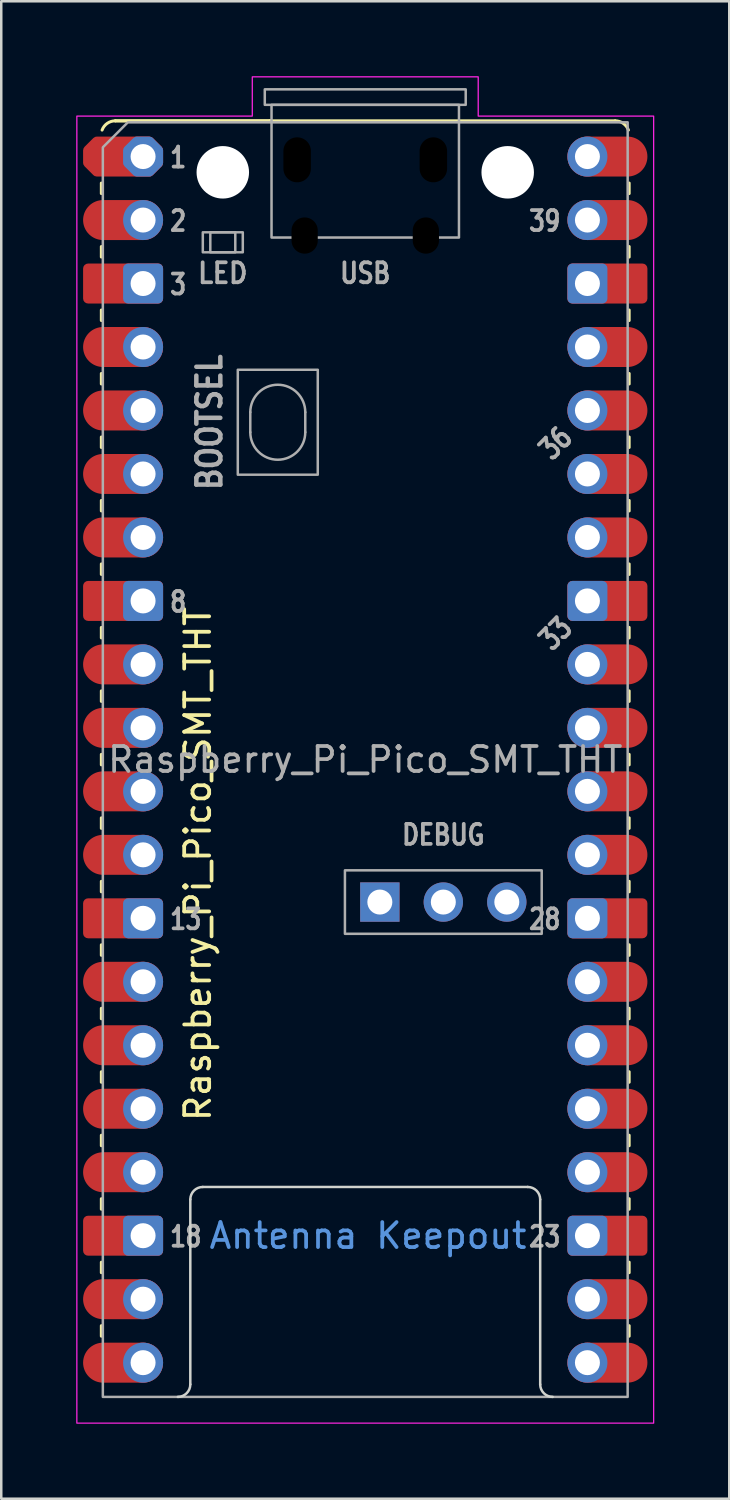
<source format=kicad_pcb>
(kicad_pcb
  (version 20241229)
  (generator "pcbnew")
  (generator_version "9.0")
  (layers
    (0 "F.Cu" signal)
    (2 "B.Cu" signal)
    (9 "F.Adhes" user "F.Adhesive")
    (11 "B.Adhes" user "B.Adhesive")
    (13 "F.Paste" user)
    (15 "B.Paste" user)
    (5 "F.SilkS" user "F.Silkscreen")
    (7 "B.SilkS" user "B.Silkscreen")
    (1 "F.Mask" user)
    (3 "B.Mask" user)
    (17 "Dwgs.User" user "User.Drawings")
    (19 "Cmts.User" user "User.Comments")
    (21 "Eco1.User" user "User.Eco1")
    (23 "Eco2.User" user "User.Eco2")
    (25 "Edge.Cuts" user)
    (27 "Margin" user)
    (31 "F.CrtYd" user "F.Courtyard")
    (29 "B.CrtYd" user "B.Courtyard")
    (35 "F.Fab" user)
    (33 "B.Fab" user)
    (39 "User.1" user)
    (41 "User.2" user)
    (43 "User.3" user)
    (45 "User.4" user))
  (footprint "Raspberry_Pi_Pico_SMT_THT"
    (layer "F.Cu")
    (at 2.675 3.215)
    (property "Reference" "Raspberry_Pi_Pico_SMT_THT" (at 2.19 28.3 270) (layer "F.SilkS") (effects (font (size 1 1) (thickness 0.15))))
    (attr through_hole)
    (fp_line (start -1.67 1.06) (end -1.67 1.48) (stroke (width 0.12) (type solid)) (layer "F.SilkS"))
    (fp_line (start -1.67 3.6) (end -1.67 4.02) (stroke (width 0.12) (type solid)) (layer "F.SilkS"))
    (fp_line (start -1.67 6.14) (end -1.67 6.56) (stroke (width 0.12) (type solid)) (layer "F.SilkS"))
    (fp_line (start -1.67 8.68) (end -1.67 9.1) (stroke (width 0.12) (type solid)) (layer "F.SilkS"))
    (fp_line (start -1.67 11.22) (end -1.67 11.64) (stroke (width 0.12) (type solid)) (layer "F.SilkS"))
    (fp_line (start -1.67 13.76) (end -1.67 14.18) (stroke (width 0.12) (type solid)) (layer "F.SilkS"))
    (fp_line (start -1.67 16.3) (end -1.67 16.72) (stroke (width 0.12) (type solid)) (layer "F.SilkS"))
    (fp_line (start -1.67 18.84) (end -1.67 19.26) (stroke (width 0.12) (type solid)) (layer "F.SilkS"))
    (fp_line (start -1.67 21.38) (end -1.67 21.8) (stroke (width 0.12) (type solid)) (layer "F.SilkS"))
    (fp_line (start -1.67 23.92) (end -1.67 24.34) (stroke (width 0.12) (type solid)) (layer "F.SilkS"))
    (fp_line (start -1.67 26.46) (end -1.67 26.88) (stroke (width 0.12) (type solid)) (layer "F.SilkS"))
    (fp_line (start -1.67 29) (end -1.67 29.42) (stroke (width 0.12) (type solid)) (layer "F.SilkS"))
    (fp_line (start -1.67 31.54) (end -1.67 31.96) (stroke (width 0.12) (type solid)) (layer "F.SilkS"))
    (fp_line (start -1.67 34.08) (end -1.67 34.5) (stroke (width 0.12) (type solid)) (layer "F.SilkS"))
    (fp_line (start -1.67 36.62) (end -1.67 37.04) (stroke (width 0.12) (type solid)) (layer "F.SilkS"))
    (fp_line (start -1.67 39.16) (end -1.67 39.58) (stroke (width 0.12) (type solid)) (layer "F.SilkS"))
    (fp_line (start -1.67 41.7) (end -1.67 42.12) (stroke (width 0.12) (type solid)) (layer "F.SilkS"))
    (fp_line (start -1.67 44.24) (end -1.67 44.66) (stroke (width 0.12) (type solid)) (layer "F.SilkS"))
    (fp_line (start -1.67 46.78) (end -1.67 47.2) (stroke (width 0.12) (type solid)) (layer "F.SilkS"))
    (fp_line (start -1.11 -1.43) (end 5.08 -1.43) (stroke (width 0.12) (type solid)) (layer "F.SilkS"))
    (fp_line (start 5.08 -1.43) (end -1.11 -1.43) (stroke (width 0.12) (type solid)) (layer "F.SilkS"))
    (fp_line (start 18.89 -1.43) (end 5.08 -1.43) (stroke (width 0.12) (type solid)) (layer "F.SilkS"))
    (fp_line (start 19.45 1.06) (end 19.45 1.48) (stroke (width 0.12) (type solid)) (layer "F.SilkS"))
    (fp_line (start 19.45 3.6) (end 19.45 4.02) (stroke (width 0.12) (type solid)) (layer "F.SilkS"))
    (fp_line (start 19.45 6.14) (end 19.45 6.56) (stroke (width 0.12) (type solid)) (layer "F.SilkS"))
    (fp_line (start 19.45 8.68) (end 19.45 9.1) (stroke (width 0.12) (type solid)) (layer "F.SilkS"))
    (fp_line (start 19.45 11.22) (end 19.45 11.64) (stroke (width 0.12) (type solid)) (layer "F.SilkS"))
    (fp_line (start 19.45 13.76) (end 19.45 14.18) (stroke (width 0.12) (type solid)) (layer "F.SilkS"))
    (fp_line (start 19.45 16.3) (end 19.45 16.72) (stroke (width 0.12) (type solid)) (layer "F.SilkS"))
    (fp_line (start 19.45 18.84) (end 19.45 19.26) (stroke (width 0.12) (type solid)) (layer "F.SilkS"))
    (fp_line (start 19.45 21.38) (end 19.45 21.8) (stroke (width 0.12) (type solid)) (layer "F.SilkS"))
    (fp_line (start 19.45 23.92) (end 19.45 24.34) (stroke (width 0.12) (type solid)) (layer "F.SilkS"))
    (fp_line (start 19.45 26.46) (end 19.45 26.88) (stroke (width 0.12) (type solid)) (layer "F.SilkS"))
    (fp_line (start 19.45 29) (end 19.45 29.42) (stroke (width 0.12) (type solid)) (layer "F.SilkS"))
    (fp_line (start 19.45 31.54) (end 19.45 31.96) (stroke (width 0.12) (type solid)) (layer "F.SilkS"))
    (fp_line (start 19.45 34.08) (end 19.45 34.5) (stroke (width 0.12) (type solid)) (layer "F.SilkS"))
    (fp_line (start 19.45 36.62) (end 19.45 37.04) (stroke (width 0.12) (type solid)) (layer "F.SilkS"))
    (fp_line (start 19.45 39.16) (end 19.45 39.58) (stroke (width 0.12) (type solid)) (layer "F.SilkS"))
    (fp_line (start 19.45 41.7) (end 19.45 42.12) (stroke (width 0.12) (type solid)) (layer "F.SilkS"))
    (fp_line (start 19.45 44.24) (end 19.45 44.66) (stroke (width 0.12) (type solid)) (layer "F.SilkS"))
    (fp_line (start 19.45 46.78) (end 19.45 47.2) (stroke (width 0.12) (type solid)) (layer "F.SilkS"))
    (fp_arc (start -1.64 -1.06) (mid -1.433508 -1.328808) (end -1.11 -1.43) (stroke (width 0.12) (type solid)) (layer "F.SilkS"))
    (fp_arc (start 18.89 -1.43) (mid 19.213508 -1.328809) (end 19.42 -1.06) (stroke (width 0.12) (type solid)) (layer "F.SilkS"))
    (fp_line (start 1.89 49.13) (end 1.89 41.73) (stroke (width 0.1) (type solid)) (layer "Edge.Cuts"))
    (fp_line (start 2.39 41.23) (end 15.39 41.23) (stroke (width 0.1) (type solid)) (layer "Edge.Cuts"))
    (fp_line (start 15.89 41.73) (end 15.89 49.13) (stroke (width 0.1) (type solid)) (layer "Edge.Cuts"))
    (fp_arc (start 1.89 41.73) (mid 2.036447 41.376447) (end 2.39 41.23) (stroke (width 0.1) (type solid)) (layer "Edge.Cuts"))
    (fp_arc (start 1.89 49.13) (mid 1.743553 49.483553) (end 1.39 49.63) (stroke (width 0.1) (type solid)) (layer "Edge.Cuts"))
    (fp_arc (start 15.39 41.23) (mid 15.743553 41.376447) (end 15.89 41.73) (stroke (width 0.1) (type solid)) (layer "Edge.Cuts"))
    (fp_arc (start 16.39 49.63) (mid 16.036447 49.483553) (end 15.89 49.13) (stroke (width 0.1) (type solid)) (layer "Edge.Cuts"))
    (fp_poly (pts (xy 13.41 -1.62) (xy 20.43 -1.62) (xy 20.43 50.68) (xy -2.65 50.68) (xy -2.65 -1.62) (xy 4.37 -1.62) (xy 4.37 -3.19) (xy 13.41 -3.19)) (stroke (width 0.05) (type solid)) (fill no) (layer "F.CrtYd"))
    (fp_line (start 4.29 10.23) (end 4.29 11.03) (stroke (width 0.1) (type solid)) (layer "F.Fab"))
    (fp_line (start 6.49 10.23) (end 6.49 11.03) (stroke (width 0.1) (type solid)) (layer "F.Fab"))
    (fp_rect (start 2.39 3.03) (end 3.99 3.83) (stroke (width 0.1) (type solid)) (fill no) (layer "F.Fab"))
    (fp_rect (start 2.69 3.03) (end 3.69 3.83) (stroke (width 0.1) (type solid)) (fill no) (layer "F.Fab"))
    (fp_rect (start 3.79 8.53) (end 6.99 12.73) (stroke (width 0.1) (type solid)) (fill no) (layer "F.Fab"))
    (fp_rect (start 4.87 -2.69) (end 12.91 -2.07) (stroke (width 0.1) (type solid)) (fill no) (layer "F.Fab"))
    (fp_rect (start 5.14 -2.07) (end 12.64 3.24) (stroke (width 0.1) (type solid)) (fill no) (layer "F.Fab"))
    (fp_rect (start 8.077 28.56) (end 15.951 31.1) (stroke (width 0.1) (type solid)) (fill no) (layer "F.Fab"))
    (fp_arc (start 4.29 10.23) (mid 5.39 9.13) (end 6.49 10.23) (stroke (width 0.1) (type solid)) (layer "F.Fab"))
    (fp_arc (start 6.49 11.03) (mid 5.39 12.13) (end 4.29 11.03) (stroke (width 0.1) (type solid)) (layer "F.Fab"))
    (fp_poly (pts (xy 19.39 49.63) (xy -1.61 49.63) (xy -1.61 -0.37) (xy -0.61 -1.37) (xy 19.39 -1.37)) (stroke (width 0.1) (type solid)) (fill no) (layer "F.Fab"))
    (fp_text user "Antenna Keepout" (at 9 43.18 0) (unlocked yes) (layer "Cmts.User") (effects (font (size 1 1) (thickness 0.15))))
    (fp_text user "39" (at 16.78 2.578 0) (unlocked yes) (layer "F.Fab") (effects (font (size 0.8 0.64) (thickness 0.15)) (justify right)))
    (fp_text user "2" (at 1 2.578 0) (unlocked yes) (layer "F.Fab") (effects (font (size 0.8 0.64) (thickness 0.15)) (justify left)))
    (fp_text user "28" (at 16.78 30.518 0) (unlocked yes) (layer "F.Fab") (effects (font (size 0.8 0.64) (thickness 0.15)) (justify right)))
    (fp_text user "${REFERENCE}" (at 8.89 24.13 0) (unlocked yes) (layer "F.Fab") (effects (font (size 1 1) (thickness 0.15))))
    (fp_text user "LED" (at 3.19 4.668 0) (unlocked yes) (layer "F.Fab") (effects (font (size 0.8 0.72) (thickness 0.15))))
    (fp_text user "8" (at 1 17.818 0) (unlocked yes) (layer "F.Fab") (effects (font (size 0.8 0.64) (thickness 0.15)) (justify left)))
    (fp_text user "USB" (at 8.89 4.668 0) (unlocked yes) (layer "F.Fab") (effects (font (size 0.8 0.66) (thickness 0.15))))
    (fp_text user "BOOTSEL" (at 2.656 10.63 90) (unlocked yes) (layer "F.Fab") (effects (font (size 0.96 0.825) (thickness 0.18))))
    (fp_text user "3" (at 1 5.118 0) (unlocked yes) (layer "F.Fab") (effects (font (size 0.8 0.64) (thickness 0.15)) (justify left)))
    (fp_text user "18" (at 1 43.218 0) (unlocked yes) (layer "F.Fab") (effects (font (size 0.8 0.64) (thickness 0.15)) (justify left)))
    (fp_text user "23" (at 16.78 43.218 0) (unlocked yes) (layer "F.Fab") (effects (font (size 0.8 0.64) (thickness 0.15)) (justify right)))
    (fp_text user "1" (at 1 0.038 0) (unlocked yes) (layer "F.Fab") (effects (font (size 0.8 0.64) (thickness 0.15)) (justify left)))
    (fp_text user "DEBUG" (at 12.014 27.138 0) (unlocked yes) (layer "F.Fab") (effects (font (size 0.8 0.66) (thickness 0.15))))
    (fp_text user "36" (at 16.51 11.468 45) (unlocked yes) (layer "F.Fab") (effects (font (size 0.8 0.64) (thickness 0.15))))
    (fp_text user "13" (at 1 30.518 0) (unlocked yes) (layer "F.Fab") (effects (font (size 0.8 0.64) (thickness 0.15)) (justify left)))
    (fp_text user "33" (at 16.51 19.088 45) (unlocked yes) (layer "F.Fab") (effects (font (size 0.8 0.64) (thickness 0.15))))
    (pad "" np_thru_hole circle (at 3.19 0.63) (size 2.1 2.1) (drill 2.1) (layers "*.Cu" "*.Mask"))
    (pad "" np_thru_hole oval (at 6.165 0.13) (size 1.1 1.8) (drill oval 1.1 1.8) (layers "*.Mask"))
    (pad "" np_thru_hole oval (at 6.465 3.16) (size 1.05 1.45) (drill oval 1.05 1.45) (layers "*.Mask"))
    (pad "" np_thru_hole oval (at 11.315 3.16) (size 1.05 1.45) (drill oval 1.05 1.45) (layers "*.Mask"))
    (pad "" np_thru_hole oval (at 11.615 0.13) (size 1.1 1.8) (drill oval 1.1 1.8) (layers "*.Mask"))
    (pad "" np_thru_hole circle (at 14.59 0.63) (size 2.1 2.1) (drill 2.1) (layers "*.Cu" "*.Mask"))
    (pad "1" smd custom (at -1.6 0) (size 1.6 1.6) (layers "F.Cu" "F.Mask") (options (anchor circle)) (primitives (gr_poly (pts (xy 2.2 0.249) (xy 1.849 0.6) (xy -0.249 0.6) (xy -0.6 0.249) (xy -0.6 -0.249) (xy -0.249 -0.6) (xy 1.849 -0.6) (xy 2.2 -0.249)) (width 0.4) (fill yes))))
    (pad "1" thru_hole custom (at 0 0) (size 1.6 1.6) (drill 1) (layers "*.Cu" "*.Mask") (options (anchor circle)) (primitives (gr_poly (pts (xy 0.6 0.249) (xy 0.249 0.6) (xy -0.249 0.6) (xy -0.6 0.249) (xy -0.6 -0.249) (xy -0.249 -0.6) (xy 0.249 -0.6) (xy 0.6 -0.249)) (width 0.4) (fill yes))))
    (pad "2" smd oval (at -1.6 2.54) (size 3.2 1.6) (drill (offset 0.8 0)) (layers "F.Cu" "F.Mask"))
    (pad "2" thru_hole circle (at 0 2.54) (size 1.6 1.6) (drill 1) (layers "*.Cu" "*.Mask"))
    (pad "3" smd roundrect (at -1.6 5.08) (size 3.2 1.6) (drill (offset 0.8 0)) (layers "F.Cu" "F.Mask") (roundrect_rratio 0.125))
    (pad "3" thru_hole roundrect (at 0 5.08) (size 1.6 1.6) (drill 1) (layers "*.Cu" "*.Mask") (roundrect_rratio 0.125))
    (pad "4" smd oval (at -1.6 7.62) (size 3.2 1.6) (drill (offset 0.8 0)) (layers "F.Cu" "F.Mask"))
    (pad "4" thru_hole circle (at 0 7.62) (size 1.6 1.6) (drill 1) (layers "*.Cu" "*.Mask"))
    (pad "5" smd oval (at -1.6 10.16) (size 3.2 1.6) (drill (offset 0.8 0)) (layers "F.Cu" "F.Mask"))
    (pad "5" thru_hole circle (at 0 10.16) (size 1.6 1.6) (drill 1) (layers "*.Cu" "*.Mask"))
    (pad "6" smd oval (at -1.6 12.7) (size 3.2 1.6) (drill (offset 0.8 0)) (layers "F.Cu" "F.Mask"))
    (pad "6" thru_hole circle (at 0 12.7) (size 1.6 1.6) (drill 1) (layers "*.Cu" "*.Mask"))
    (pad "7" smd oval (at -1.6 15.24) (size 3.2 1.6) (drill (offset 0.8 0)) (layers "F.Cu" "F.Mask"))
    (pad "7" thru_hole circle (at 0 15.24) (size 1.6 1.6) (drill 1) (layers "*.Cu" "*.Mask"))
    (pad "8" smd roundrect (at -1.6 17.78) (size 3.2 1.6) (drill (offset 0.8 0)) (layers "F.Cu" "F.Mask") (roundrect_rratio 0.125))
    (pad "8" thru_hole roundrect (at 0 17.78) (size 1.6 1.6) (drill 1) (layers "*.Cu" "*.Mask") (roundrect_rratio 0.125))
    (pad "9" smd oval (at -1.6 20.32) (size 3.2 1.6) (drill (offset 0.8 0)) (layers "F.Cu" "F.Mask"))
    (pad "9" thru_hole circle (at 0 20.32) (size 1.6 1.6) (drill 1) (layers "*.Cu" "*.Mask"))
    (pad "10" smd oval (at -1.6 22.86) (size 3.2 1.6) (drill (offset 0.8 0)) (layers "F.Cu" "F.Mask"))
    (pad "10" thru_hole circle (at 0 22.86) (size 1.6 1.6) (drill 1) (layers "*.Cu" "*.Mask"))
    (pad "11" smd oval (at -1.6 25.4) (size 3.2 1.6) (drill (offset 0.8 0)) (layers "F.Cu" "F.Mask"))
    (pad "11" thru_hole circle (at 0 25.4) (size 1.6 1.6) (drill 1) (layers "*.Cu" "*.Mask"))
    (pad "12" smd oval (at -1.6 27.94) (size 3.2 1.6) (drill (offset 0.8 0)) (layers "F.Cu" "F.Mask"))
    (pad "12" thru_hole circle (at 0 27.94) (size 1.6 1.6) (drill 1) (layers "*.Cu" "*.Mask"))
    (pad "13" smd roundrect (at -1.6 30.48) (size 3.2 1.6) (drill (offset 0.8 0)) (layers "F.Cu" "F.Mask") (roundrect_rratio 0.125))
    (pad "13" thru_hole roundrect (at 0 30.48) (size 1.6 1.6) (drill 1) (layers "*.Cu" "*.Mask") (roundrect_rratio 0.125))
    (pad "14" smd oval (at -1.6 33.02) (size 3.2 1.6) (drill (offset 0.8 0)) (layers "F.Cu" "F.Mask"))
    (pad "14" thru_hole circle (at 0 33.02) (size 1.6 1.6) (drill 1) (layers "*.Cu" "*.Mask"))
    (pad "15" smd oval (at -1.6 35.56) (size 3.2 1.6) (drill (offset 0.8 0)) (layers "F.Cu" "F.Mask"))
    (pad "15" thru_hole circle (at 0 35.56) (size 1.6 1.6) (drill 1) (layers "*.Cu" "*.Mask"))
    (pad "16" smd oval (at -1.6 38.1) (size 3.2 1.6) (drill (offset 0.8 0)) (layers "F.Cu" "F.Mask"))
    (pad "16" thru_hole circle (at 0 38.1) (size 1.6 1.6) (drill 1) (layers "*.Cu" "*.Mask"))
    (pad "17" smd oval (at -1.6 40.64) (size 3.2 1.6) (drill (offset 0.8 0)) (layers "F.Cu" "F.Mask"))
    (pad "17" thru_hole circle (at 0 40.64) (size 1.6 1.6) (drill 1) (layers "*.Cu" "*.Mask"))
    (pad "18" smd roundrect (at -1.6 43.18) (size 3.2 1.6) (drill (offset 0.8 0)) (layers "F.Cu" "F.Mask") (roundrect_rratio 0.125))
    (pad "18" thru_hole roundrect (at 0 43.18) (size 1.6 1.6) (drill 1) (layers "*.Cu" "*.Mask") (roundrect_rratio 0.125))
    (pad "19" smd oval (at -1.6 45.72) (size 3.2 1.6) (drill (offset 0.8 0)) (layers "F.Cu" "F.Mask"))
    (pad "19" thru_hole circle (at 0 45.72) (size 1.6 1.6) (drill 1) (layers "*.Cu" "*.Mask"))
    (pad "20" smd oval (at -1.6 48.26) (size 3.2 1.6) (drill (offset 0.8 0)) (layers "F.Cu" "F.Mask"))
    (pad "20" thru_hole circle (at 0 48.26) (size 1.6 1.6) (drill 1) (layers "*.Cu" "*.Mask"))
    (pad "21" thru_hole circle (at 17.78 48.26) (size 1.6 1.6) (drill 1) (layers "*.Cu" "*.Mask"))
    (pad "21" smd oval (at 19.38 48.26) (size 3.2 1.6) (drill (offset -0.8 0)) (layers "F.Cu" "F.Mask"))
    (pad "22" thru_hole circle (at 17.78 45.72) (size 1.6 1.6) (drill 1) (layers "*.Cu" "*.Mask"))
    (pad "22" smd oval (at 19.38 45.72) (size 3.2 1.6) (drill (offset -0.8 0)) (layers "F.Cu" "F.Mask"))
    (pad "23" thru_hole roundrect (at 17.78 43.18) (size 1.6 1.6) (drill 1) (layers "*.Cu" "*.Mask") (roundrect_rratio 0.125))
    (pad "23" smd roundrect (at 19.38 43.18) (size 3.2 1.6) (drill (offset -0.8 0)) (layers "F.Cu" "F.Mask") (roundrect_rratio 0.125))
    (pad "24" thru_hole circle (at 17.78 40.64) (size 1.6 1.6) (drill 1) (layers "*.Cu" "*.Mask"))
    (pad "24" smd oval (at 19.38 40.64) (size 3.2 1.6) (drill (offset -0.8 0)) (layers "F.Cu" "F.Mask"))
    (pad "25" thru_hole circle (at 17.78 38.1) (size 1.6 1.6) (drill 1) (layers "*.Cu" "*.Mask"))
    (pad "25" smd oval (at 19.38 38.1) (size 3.2 1.6) (drill (offset -0.8 0)) (layers "F.Cu" "F.Mask"))
    (pad "26" thru_hole circle (at 17.78 35.56) (size 1.6 1.6) (drill 1) (layers "*.Cu" "*.Mask"))
    (pad "26" smd oval (at 19.38 35.56) (size 3.2 1.6) (drill (offset -0.8 0)) (layers "F.Cu" "F.Mask"))
    (pad "27" thru_hole circle (at 17.78 33.02) (size 1.6 1.6) (drill 1) (layers "*.Cu" "*.Mask"))
    (pad "27" smd oval (at 19.38 33.02) (size 3.2 1.6) (drill (offset -0.8 0)) (layers "F.Cu" "F.Mask"))
    (pad "28" thru_hole roundrect (at 17.78 30.48) (size 1.6 1.6) (drill 1) (layers "*.Cu" "*.Mask") (roundrect_rratio 0.125))
    (pad "28" smd roundrect (at 19.38 30.48) (size 3.2 1.6) (drill (offset -0.8 0)) (layers "F.Cu" "F.Mask") (roundrect_rratio 0.125))
    (pad "29" thru_hole circle (at 17.78 27.94) (size 1.6 1.6) (drill 1) (layers "*.Cu" "*.Mask"))
    (pad "29" smd oval (at 19.38 27.94) (size 3.2 1.6) (drill (offset -0.8 0)) (layers "F.Cu" "F.Mask"))
    (pad "30" thru_hole circle (at 17.78 25.4) (size 1.6 1.6) (drill 1) (layers "*.Cu" "*.Mask"))
    (pad "30" smd oval (at 19.38 25.4) (size 3.2 1.6) (drill (offset -0.8 0)) (layers "F.Cu" "F.Mask"))
    (pad "31" thru_hole circle (at 17.78 22.86) (size 1.6 1.6) (drill 1) (layers "*.Cu" "*.Mask"))
    (pad "31" smd oval (at 19.38 22.86) (size 3.2 1.6) (drill (offset -0.8 0)) (layers "F.Cu" "F.Mask"))
    (pad "32" thru_hole circle (at 17.78 20.32) (size 1.6 1.6) (drill 1) (layers "*.Cu" "*.Mask"))
    (pad "32" smd oval (at 19.38 20.32) (size 3.2 1.6) (drill (offset -0.8 0)) (layers "F.Cu" "F.Mask"))
    (pad "33" thru_hole roundrect (at 17.78 17.78) (size 1.6 1.6) (drill 1) (layers "*.Cu" "*.Mask") (roundrect_rratio 0.125))
    (pad "33" smd roundrect (at 19.38 17.78) (size 3.2 1.6) (drill (offset -0.8 0)) (layers "F.Cu" "F.Mask") (roundrect_rratio 0.125))
    (pad "34" thru_hole circle (at 17.78 15.24) (size 1.6 1.6) (drill 1) (layers "*.Cu" "*.Mask"))
    (pad "34" smd oval (at 19.38 15.24) (size 3.2 1.6) (drill (offset -0.8 0)) (layers "F.Cu" "F.Mask"))
    (pad "35" thru_hole circle (at 17.78 12.7) (size 1.6 1.6) (drill 1) (layers "*.Cu" "*.Mask"))
    (pad "35" smd oval (at 19.38 12.7) (size 3.2 1.6) (drill (offset -0.8 0)) (layers "F.Cu" "F.Mask"))
    (pad "36" thru_hole circle (at 17.78 10.16) (size 1.6 1.6) (drill 1) (layers "*.Cu" "*.Mask"))
    (pad "36" smd oval (at 19.38 10.16) (size 3.2 1.6) (drill (offset -0.8 0)) (layers "F.Cu" "F.Mask"))
    (pad "37" thru_hole circle (at 17.78 7.62) (size 1.6 1.6) (drill 1) (layers "*.Cu" "*.Mask"))
    (pad "37" smd oval (at 19.38 7.62) (size 3.2 1.6) (drill (offset -0.8 0)) (layers "F.Cu" "F.Mask"))
    (pad "38" thru_hole roundrect (at 17.78 5.08) (size 1.6 1.6) (drill 1) (layers "*.Cu" "*.Mask") (roundrect_rratio 0.125))
    (pad "38" smd roundrect (at 19.38 5.08) (size 3.2 1.6) (drill (offset -0.8 0)) (layers "F.Cu" "F.Mask") (roundrect_rratio 0.125))
    (pad "39" thru_hole circle (at 17.78 2.54) (size 1.6 1.6) (drill 1) (layers "*.Cu" "*.Mask"))
    (pad "39" smd oval (at 19.38 2.54) (size 3.2 1.6) (drill (offset -0.8 0)) (layers "F.Cu" "F.Mask"))
    (pad "40" thru_hole circle (at 17.78 0) (size 1.6 1.6) (drill 1) (layers "*.Cu" "*.Mask"))
    (pad "40" smd oval (at 19.38 0) (size 3.2 1.6) (drill (offset -0.8 0)) (layers "F.Cu" "F.Mask"))
    (pad "41" thru_hole rect (at 9.474 29.83) (size 1.575 1.575) (drill 1) (layers "*.Cu" "*.Mask"))
    (pad "42" thru_hole circle (at 12.014 29.83) (size 1.575 1.575) (drill 1) (layers "*.Cu" "*.Mask"))
    (pad "43" thru_hole circle (at 14.554 29.83) (size 1.575 1.575) (drill 1) (layers "*.Cu" "*.Mask"))
    (zone (net_name "") (layer "F.Cu") (name "Test Point Keepout") (hatch full 0.508) (connect_pads) (min_thickness 0.254) (filled_areas_thickness no) (keepout (tracks not_allowed) (vias not_allowed) (pads allowed) (copperpour not_allowed) (footprints allowed)) (placement (enabled no)) (fill) (polygon (pts (xy 10.115 10.895) (xy 8.015 10.895) (xy 8.015 8.795) (xy 10.115 8.795))))
    (zone (net_name "") (layer "F.Cu") (name "Test Point Keepout") (hatch full 0.508) (connect_pads) (min_thickness 0.254) (filled_areas_thickness no) (keepout (tracks not_allowed) (vias not_allowed) (pads allowed) (copperpour not_allowed) (footprints allowed)) (placement (enabled no)) (fill) (polygon (pts (xy 10.115 13.395) (xy 8.015 13.395) (xy 8.015 11.295) (xy 10.115 11.295))))
    (zone (net_name "") (layer "F.Cu") (name "Test Point Keepout") (hatch full 0.508) (connect_pads) (min_thickness 0.254) (filled_areas_thickness no) (keepout (tracks not_allowed) (vias not_allowed) (pads allowed) (copperpour not_allowed) (footprints allowed)) (placement (enabled no)) (fill) (polygon (pts (xy 10.115 15.895) (xy 8.015 15.895) (xy 8.015 13.795) (xy 10.115 13.795))))
    (zone (net_name "") (layer "F.Cu") (name "Test Point Keepout") (hatch full 0.508) (connect_pads) (min_thickness 0.254) (filled_areas_thickness no) (keepout (tracks not_allowed) (vias not_allowed) (pads allowed) (copperpour not_allowed) (footprints allowed)) (placement (enabled no)) (fill) (polygon (pts (xy 12.615 7.395) (xy 10.515 7.395) (xy 10.515 5.295) (xy 12.615 5.295))))
    (zone (net_name "") (layer "F.Cu") (name "Test Point Keepout") (hatch full 0.508) (connect_pads) (min_thickness 0.254) (filled_areas_thickness no) (keepout (tracks not_allowed) (vias not_allowed) (pads allowed) (copperpour not_allowed) (footprints allowed)) (placement (enabled no)) (fill) (polygon (pts (xy 13.615 4.095) (xy 9.515 4.095) (xy 9.515 1.995) (xy 13.615 1.995))))
    (zone (net_name "") (layers "F.Cu" "F.Mask" "B.Cu" "B.Mask" "F.SilkS" "B.SilkS" "F.Adhes" "B.Adhes" "F.Paste" "B.Paste") (name "Antenna Keepout") (hatch full 0.508) (connect_pads) (min_thickness 0.254) (filled_areas_thickness no) (keepout (tracks not_allowed) (vias not_allowed) (pads not_allowed) (copperpour not_allowed) (footprints not_allowed)) (placement (enabled no)) (fill) (polygon (pts (xy 18.565 52.845) (xy 4.565 52.845) (xy 4.565 44.445) (xy 18.565 44.445)))))
  (gr_rect
    (start -3 -3)
    (end 26.13 56.92)
    (stroke (width 0.1) (type default))
    (fill no)
    (layer "Edge.Cuts")))
</source>
